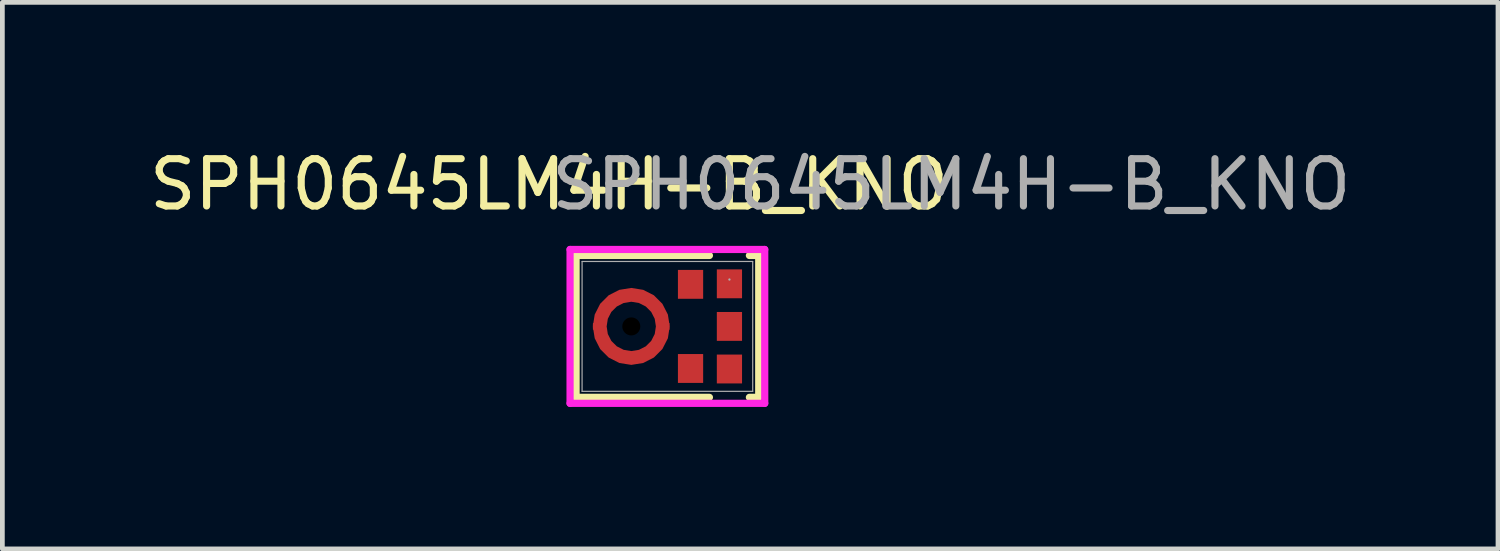
<source format=kicad_pcb>
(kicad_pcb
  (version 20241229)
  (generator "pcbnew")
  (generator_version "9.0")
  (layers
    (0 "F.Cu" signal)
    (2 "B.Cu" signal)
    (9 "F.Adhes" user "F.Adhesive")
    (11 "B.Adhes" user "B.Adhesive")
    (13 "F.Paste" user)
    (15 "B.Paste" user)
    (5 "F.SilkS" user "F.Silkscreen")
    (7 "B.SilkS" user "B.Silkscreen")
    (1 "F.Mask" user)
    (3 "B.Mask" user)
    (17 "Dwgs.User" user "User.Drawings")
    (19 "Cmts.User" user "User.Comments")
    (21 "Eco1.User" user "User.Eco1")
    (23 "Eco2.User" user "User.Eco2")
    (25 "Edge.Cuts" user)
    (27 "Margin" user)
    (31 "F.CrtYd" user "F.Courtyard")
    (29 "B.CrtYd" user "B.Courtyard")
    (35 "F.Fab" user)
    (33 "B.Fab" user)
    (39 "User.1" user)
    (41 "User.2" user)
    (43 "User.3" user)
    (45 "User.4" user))
  (footprint "SPH0645LM4H-B_KNO"
    (layer "F.Cu")
    (at 11.054 3.848)
    (property "Reference" "SPH0645LM4H-B_KNO" (at -2.5 -3 0) (unlocked yes) (layer "F.SilkS") (effects (font (size 1 1) (thickness 0.15))))
    (attr smd)
    (fp_line (start -1.93 -1.499) (end -1.93 1.499) (stroke (width 0.152) (type solid)) (layer "F.SilkS"))
    (fp_line (start -1.93 1.499) (end 0.888 1.499) (stroke (width 0.152) (type solid)) (layer "F.SilkS"))
    (fp_line (start 0.888 -1.499) (end -1.93 -1.499) (stroke (width 0.152) (type solid)) (layer "F.SilkS"))
    (fp_line (start 1.733 1.499) (end 1.93 1.499) (stroke (width 0.152) (type solid)) (layer "F.SilkS"))
    (fp_line (start 1.93 -1.499) (end 1.733 -1.499) (stroke (width 0.152) (type solid)) (layer "F.SilkS"))
    (fp_line (start 1.93 1.499) (end 1.93 -1.499) (stroke (width 0.152) (type solid)) (layer "F.SilkS"))
    (fp_line (start -2.057 -1.626) (end 2.057 -1.626) (stroke (width 0.152) (type solid)) (layer "F.CrtYd"))
    (fp_line (start -2.057 1.626) (end -2.057 -1.626) (stroke (width 0.152) (type solid)) (layer "F.CrtYd"))
    (fp_line (start 2.057 -1.626) (end 2.057 1.626) (stroke (width 0.152) (type solid)) (layer "F.CrtYd"))
    (fp_line (start 2.057 1.626) (end -2.057 1.626) (stroke (width 0.152) (type solid)) (layer "F.CrtYd"))
    (fp_line (start -1.803 -1.372) (end -1.803 1.372) (stroke (width 0.025) (type solid)) (layer "F.Fab"))
    (fp_line (start -1.803 1.372) (end 1.803 1.372) (stroke (width 0.025) (type solid)) (layer "F.Fab"))
    (fp_line (start 1.803 -1.372) (end -1.803 -1.372) (stroke (width 0.025) (type solid)) (layer "F.Fab"))
    (fp_line (start 1.803 1.372) (end 1.803 -1.372) (stroke (width 0.025) (type solid)) (layer "F.Fab"))
    (fp_circle (center 1.311 -0.991) (end 1.311 -0.991) (stroke (width 0.025) (type solid)) (fill no) (layer "F.Fab"))
    (fp_text user "${REFERENCE}" (at 6 -3 0) (unlocked yes) (layer "F.Fab") (effects (font (size 1 1) (thickness 0.15))))
    (pad "" np_thru_hole circle (at -0.763 0) (size 0.381 0.381) (drill 0.381) (layers))
    (pad "1" smd rect (at 1.311 -0.9) (size 0.533 0.61) (layers "F.Cu" "F.Mask" "F.Paste"))
    (pad "2" smd rect (at 0.489 -0.889) (size 0.533 0.61) (layers "F.Cu" "F.Mask" "F.Paste"))
    (pad "3" smd custom (at -1.397 0) (size 0.127 0.127) (layers "F.Cu" "F.Mask" "F.Paste") (options (anchor rect)) (primitives (gr_poly (pts (xy 1.152 -0.045) (xy 1.154 0) (xy 1.129 0.161) (xy 1.055 0.306) (xy 0.94 0.421) (xy 0.795 0.495) (xy 0.634 0.521) (xy 0.473 0.495) (xy 0.328 0.421) (xy 0.212 0.306) (xy 0.138 0.161) (xy 0.113 0) (xy 0.115 -0.045) (xy -0.176 -0.071) (xy -0.179 0) (xy -0.139 0.251) (xy -0.024 0.478) (xy 0.156 0.658) (xy 0.382 0.773) (xy 0.634 0.813) (xy 0.885 0.773) (xy 1.111 0.658) (xy 1.291 0.478) (xy 1.407 0.251) (xy 1.446 0) (xy 1.443 -0.071)) (width 0) (fill yes)) (gr_poly (pts (xy 1.152 0.045) (xy 1.154 0) (xy 1.129 -0.161) (xy 1.055 -0.306) (xy 0.94 -0.421) (xy 0.795 -0.495) (xy 0.634 -0.521) (xy 0.473 -0.495) (xy 0.328 -0.421) (xy 0.212 -0.306) (xy 0.138 -0.161) (xy 0.113 0) (xy 0.115 0.045) (xy -0.176 0.071) (xy -0.179 0) (xy -0.139 -0.251) (xy -0.024 -0.478) (xy 0.156 -0.658) (xy 0.382 -0.773) (xy 0.634 -0.813) (xy 0.885 -0.773) (xy 1.111 -0.658) (xy 1.291 -0.478) (xy 1.407 -0.251) (xy 1.446 0) (xy 1.443 0.071)) (width 0) (fill yes))))
    (pad "4" smd rect (at 0.489 0.889) (size 0.533 0.61) (layers "F.Cu" "F.Mask" "F.Paste"))
    (pad "5" smd rect (at 1.311 0.9) (size 0.533 0.61) (layers "F.Cu" "F.Mask" "F.Paste"))
    (pad "6" smd rect (at 1.311 0) (size 0.533 0.61) (layers "F.Cu" "F.Mask" "F.Paste")))
  (gr_rect
    (start -3 -3)
    (end 28.607 8.55)
    (stroke (width 0.1) (type default))
    (fill no)
    (layer "Edge.Cuts")))
</source>
